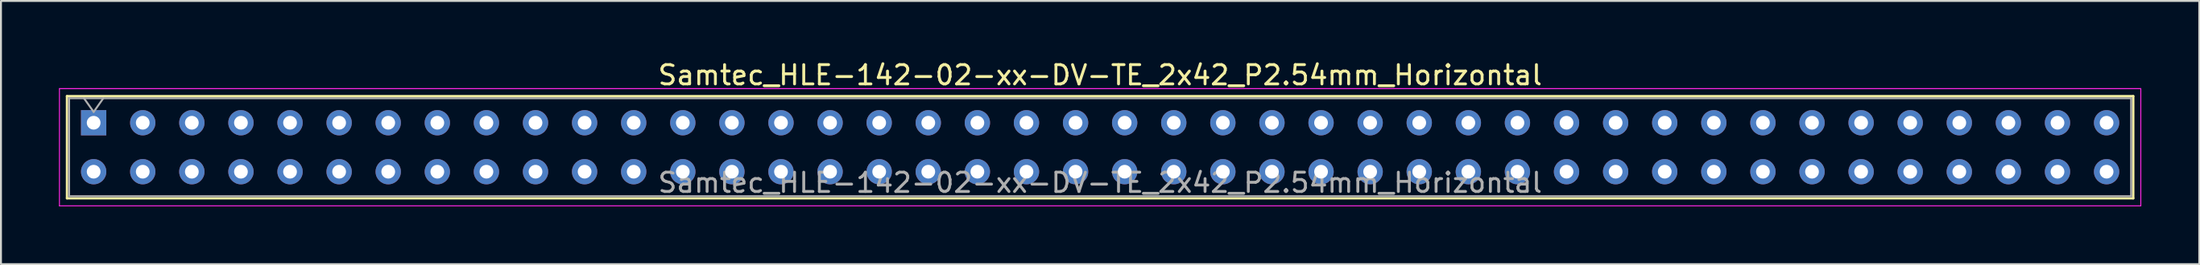
<source format=kicad_pcb>
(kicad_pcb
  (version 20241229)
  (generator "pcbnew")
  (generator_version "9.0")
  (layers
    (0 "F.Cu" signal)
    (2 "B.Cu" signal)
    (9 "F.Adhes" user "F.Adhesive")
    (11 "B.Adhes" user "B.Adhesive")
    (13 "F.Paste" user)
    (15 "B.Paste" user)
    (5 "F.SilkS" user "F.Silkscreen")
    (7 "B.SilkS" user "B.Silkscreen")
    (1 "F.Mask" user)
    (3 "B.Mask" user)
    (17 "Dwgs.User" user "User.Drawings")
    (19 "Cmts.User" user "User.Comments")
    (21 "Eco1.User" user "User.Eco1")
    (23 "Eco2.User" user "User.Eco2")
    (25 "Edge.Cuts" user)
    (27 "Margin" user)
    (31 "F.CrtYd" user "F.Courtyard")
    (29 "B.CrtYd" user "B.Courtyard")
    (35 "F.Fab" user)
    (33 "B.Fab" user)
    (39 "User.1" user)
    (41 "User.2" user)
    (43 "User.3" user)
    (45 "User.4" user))
  (footprint "Samtec_HLE-142-02-xx-DV-TE_2x42_P2.54mm_Horizontal"
    (layer "F.Cu")
    (at 1.795 3.318)
    (property "Reference" "Samtec_HLE-142-02-xx-DV-TE_2x42_P2.54mm_Horizontal" (at 52.07 -2.47 0) (layer "F.SilkS") (effects (font (size 1 1) (thickness 0.15))))
    (attr through_hole)
    (fp_line (start -1.38 -1.38) (end 105.52 -1.38) (stroke (width 0.12) (type solid)) (layer "F.SilkS"))
    (fp_line (start -1.38 3.92) (end -1.38 -1.38) (stroke (width 0.12) (type solid)) (layer "F.SilkS"))
    (fp_line (start 105.52 -1.38) (end 105.52 3.92) (stroke (width 0.12) (type solid)) (layer "F.SilkS"))
    (fp_line (start 105.52 3.92) (end -1.38 3.92) (stroke (width 0.12) (type solid)) (layer "F.SilkS"))
    (fp_line (start -1.77 -1.77) (end 105.91 -1.77) (stroke (width 0.05) (type solid)) (layer "F.CrtYd"))
    (fp_line (start -1.77 4.31) (end -1.77 -1.77) (stroke (width 0.05) (type solid)) (layer "F.CrtYd"))
    (fp_line (start 105.91 -1.77) (end 105.91 4.31) (stroke (width 0.05) (type solid)) (layer "F.CrtYd"))
    (fp_line (start 105.91 4.31) (end -1.77 4.31) (stroke (width 0.05) (type solid)) (layer "F.CrtYd"))
    (fp_line (start -1.27 -1.27) (end 105.41 -1.27) (stroke (width 0.1) (type solid)) (layer "F.Fab"))
    (fp_line (start -1.27 3.81) (end -1.27 -1.27) (stroke (width 0.1) (type solid)) (layer "F.Fab"))
    (fp_line (start -0.5 -1.27) (end 0 -0.563) (stroke (width 0.1) (type solid)) (layer "F.Fab"))
    (fp_line (start 0 -0.563) (end 0.5 -1.27) (stroke (width 0.1) (type solid)) (layer "F.Fab"))
    (fp_line (start 105.41 -1.27) (end 105.41 3.81) (stroke (width 0.1) (type solid)) (layer "F.Fab"))
    (fp_line (start 105.41 3.81) (end -1.27 3.81) (stroke (width 0.1) (type solid)) (layer "F.Fab"))
    (fp_text user "${REFERENCE}" (at 52.07 3.11 0) (layer "F.Fab") (effects (font (size 1 1) (thickness 0.15))))
    (pad "1" thru_hole rect (at 0 0) (size 1.31 1.31) (drill 0.71) (layers "*.Cu" "*.Mask"))
    (pad "2" thru_hole circle (at 0 2.54) (size 1.31 1.31) (drill 0.71) (layers "*.Cu" "*.Mask"))
    (pad "3" thru_hole circle (at 2.54 0) (size 1.31 1.31) (drill 0.71) (layers "*.Cu" "*.Mask"))
    (pad "4" thru_hole circle (at 2.54 2.54) (size 1.31 1.31) (drill 0.71) (layers "*.Cu" "*.Mask"))
    (pad "5" thru_hole circle (at 5.08 0) (size 1.31 1.31) (drill 0.71) (layers "*.Cu" "*.Mask"))
    (pad "6" thru_hole circle (at 5.08 2.54) (size 1.31 1.31) (drill 0.71) (layers "*.Cu" "*.Mask"))
    (pad "7" thru_hole circle (at 7.62 0) (size 1.31 1.31) (drill 0.71) (layers "*.Cu" "*.Mask"))
    (pad "8" thru_hole circle (at 7.62 2.54) (size 1.31 1.31) (drill 0.71) (layers "*.Cu" "*.Mask"))
    (pad "9" thru_hole circle (at 10.16 0) (size 1.31 1.31) (drill 0.71) (layers "*.Cu" "*.Mask"))
    (pad "10" thru_hole circle (at 10.16 2.54) (size 1.31 1.31) (drill 0.71) (layers "*.Cu" "*.Mask"))
    (pad "11" thru_hole circle (at 12.7 0) (size 1.31 1.31) (drill 0.71) (layers "*.Cu" "*.Mask"))
    (pad "12" thru_hole circle (at 12.7 2.54) (size 1.31 1.31) (drill 0.71) (layers "*.Cu" "*.Mask"))
    (pad "13" thru_hole circle (at 15.24 0) (size 1.31 1.31) (drill 0.71) (layers "*.Cu" "*.Mask"))
    (pad "14" thru_hole circle (at 15.24 2.54) (size 1.31 1.31) (drill 0.71) (layers "*.Cu" "*.Mask"))
    (pad "15" thru_hole circle (at 17.78 0) (size 1.31 1.31) (drill 0.71) (layers "*.Cu" "*.Mask"))
    (pad "16" thru_hole circle (at 17.78 2.54) (size 1.31 1.31) (drill 0.71) (layers "*.Cu" "*.Mask"))
    (pad "17" thru_hole circle (at 20.32 0) (size 1.31 1.31) (drill 0.71) (layers "*.Cu" "*.Mask"))
    (pad "18" thru_hole circle (at 20.32 2.54) (size 1.31 1.31) (drill 0.71) (layers "*.Cu" "*.Mask"))
    (pad "19" thru_hole circle (at 22.86 0) (size 1.31 1.31) (drill 0.71) (layers "*.Cu" "*.Mask"))
    (pad "20" thru_hole circle (at 22.86 2.54) (size 1.31 1.31) (drill 0.71) (layers "*.Cu" "*.Mask"))
    (pad "21" thru_hole circle (at 25.4 0) (size 1.31 1.31) (drill 0.71) (layers "*.Cu" "*.Mask"))
    (pad "22" thru_hole circle (at 25.4 2.54) (size 1.31 1.31) (drill 0.71) (layers "*.Cu" "*.Mask"))
    (pad "23" thru_hole circle (at 27.94 0) (size 1.31 1.31) (drill 0.71) (layers "*.Cu" "*.Mask"))
    (pad "24" thru_hole circle (at 27.94 2.54) (size 1.31 1.31) (drill 0.71) (layers "*.Cu" "*.Mask"))
    (pad "25" thru_hole circle (at 30.48 0) (size 1.31 1.31) (drill 0.71) (layers "*.Cu" "*.Mask"))
    (pad "26" thru_hole circle (at 30.48 2.54) (size 1.31 1.31) (drill 0.71) (layers "*.Cu" "*.Mask"))
    (pad "27" thru_hole circle (at 33.02 0) (size 1.31 1.31) (drill 0.71) (layers "*.Cu" "*.Mask"))
    (pad "28" thru_hole circle (at 33.02 2.54) (size 1.31 1.31) (drill 0.71) (layers "*.Cu" "*.Mask"))
    (pad "29" thru_hole circle (at 35.56 0) (size 1.31 1.31) (drill 0.71) (layers "*.Cu" "*.Mask"))
    (pad "30" thru_hole circle (at 35.56 2.54) (size 1.31 1.31) (drill 0.71) (layers "*.Cu" "*.Mask"))
    (pad "31" thru_hole circle (at 38.1 0) (size 1.31 1.31) (drill 0.71) (layers "*.Cu" "*.Mask"))
    (pad "32" thru_hole circle (at 38.1 2.54) (size 1.31 1.31) (drill 0.71) (layers "*.Cu" "*.Mask"))
    (pad "33" thru_hole circle (at 40.64 0) (size 1.31 1.31) (drill 0.71) (layers "*.Cu" "*.Mask"))
    (pad "34" thru_hole circle (at 40.64 2.54) (size 1.31 1.31) (drill 0.71) (layers "*.Cu" "*.Mask"))
    (pad "35" thru_hole circle (at 43.18 0) (size 1.31 1.31) (drill 0.71) (layers "*.Cu" "*.Mask"))
    (pad "36" thru_hole circle (at 43.18 2.54) (size 1.31 1.31) (drill 0.71) (layers "*.Cu" "*.Mask"))
    (pad "37" thru_hole circle (at 45.72 0) (size 1.31 1.31) (drill 0.71) (layers "*.Cu" "*.Mask"))
    (pad "38" thru_hole circle (at 45.72 2.54) (size 1.31 1.31) (drill 0.71) (layers "*.Cu" "*.Mask"))
    (pad "39" thru_hole circle (at 48.26 0) (size 1.31 1.31) (drill 0.71) (layers "*.Cu" "*.Mask"))
    (pad "40" thru_hole circle (at 48.26 2.54) (size 1.31 1.31) (drill 0.71) (layers "*.Cu" "*.Mask"))
    (pad "41" thru_hole circle (at 50.8 0) (size 1.31 1.31) (drill 0.71) (layers "*.Cu" "*.Mask"))
    (pad "42" thru_hole circle (at 50.8 2.54) (size 1.31 1.31) (drill 0.71) (layers "*.Cu" "*.Mask"))
    (pad "43" thru_hole circle (at 53.34 0) (size 1.31 1.31) (drill 0.71) (layers "*.Cu" "*.Mask"))
    (pad "44" thru_hole circle (at 53.34 2.54) (size 1.31 1.31) (drill 0.71) (layers "*.Cu" "*.Mask"))
    (pad "45" thru_hole circle (at 55.88 0) (size 1.31 1.31) (drill 0.71) (layers "*.Cu" "*.Mask"))
    (pad "46" thru_hole circle (at 55.88 2.54) (size 1.31 1.31) (drill 0.71) (layers "*.Cu" "*.Mask"))
    (pad "47" thru_hole circle (at 58.42 0) (size 1.31 1.31) (drill 0.71) (layers "*.Cu" "*.Mask"))
    (pad "48" thru_hole circle (at 58.42 2.54) (size 1.31 1.31) (drill 0.71) (layers "*.Cu" "*.Mask"))
    (pad "49" thru_hole circle (at 60.96 0) (size 1.31 1.31) (drill 0.71) (layers "*.Cu" "*.Mask"))
    (pad "50" thru_hole circle (at 60.96 2.54) (size 1.31 1.31) (drill 0.71) (layers "*.Cu" "*.Mask"))
    (pad "51" thru_hole circle (at 63.5 0) (size 1.31 1.31) (drill 0.71) (layers "*.Cu" "*.Mask"))
    (pad "52" thru_hole circle (at 63.5 2.54) (size 1.31 1.31) (drill 0.71) (layers "*.Cu" "*.Mask"))
    (pad "53" thru_hole circle (at 66.04 0) (size 1.31 1.31) (drill 0.71) (layers "*.Cu" "*.Mask"))
    (pad "54" thru_hole circle (at 66.04 2.54) (size 1.31 1.31) (drill 0.71) (layers "*.Cu" "*.Mask"))
    (pad "55" thru_hole circle (at 68.58 0) (size 1.31 1.31) (drill 0.71) (layers "*.Cu" "*.Mask"))
    (pad "56" thru_hole circle (at 68.58 2.54) (size 1.31 1.31) (drill 0.71) (layers "*.Cu" "*.Mask"))
    (pad "57" thru_hole circle (at 71.12 0) (size 1.31 1.31) (drill 0.71) (layers "*.Cu" "*.Mask"))
    (pad "58" thru_hole circle (at 71.12 2.54) (size 1.31 1.31) (drill 0.71) (layers "*.Cu" "*.Mask"))
    (pad "59" thru_hole circle (at 73.66 0) (size 1.31 1.31) (drill 0.71) (layers "*.Cu" "*.Mask"))
    (pad "60" thru_hole circle (at 73.66 2.54) (size 1.31 1.31) (drill 0.71) (layers "*.Cu" "*.Mask"))
    (pad "61" thru_hole circle (at 76.2 0) (size 1.31 1.31) (drill 0.71) (layers "*.Cu" "*.Mask"))
    (pad "62" thru_hole circle (at 76.2 2.54) (size 1.31 1.31) (drill 0.71) (layers "*.Cu" "*.Mask"))
    (pad "63" thru_hole circle (at 78.74 0) (size 1.31 1.31) (drill 0.71) (layers "*.Cu" "*.Mask"))
    (pad "64" thru_hole circle (at 78.74 2.54) (size 1.31 1.31) (drill 0.71) (layers "*.Cu" "*.Mask"))
    (pad "65" thru_hole circle (at 81.28 0) (size 1.31 1.31) (drill 0.71) (layers "*.Cu" "*.Mask"))
    (pad "66" thru_hole circle (at 81.28 2.54) (size 1.31 1.31) (drill 0.71) (layers "*.Cu" "*.Mask"))
    (pad "67" thru_hole circle (at 83.82 0) (size 1.31 1.31) (drill 0.71) (layers "*.Cu" "*.Mask"))
    (pad "68" thru_hole circle (at 83.82 2.54) (size 1.31 1.31) (drill 0.71) (layers "*.Cu" "*.Mask"))
    (pad "69" thru_hole circle (at 86.36 0) (size 1.31 1.31) (drill 0.71) (layers "*.Cu" "*.Mask"))
    (pad "70" thru_hole circle (at 86.36 2.54) (size 1.31 1.31) (drill 0.71) (layers "*.Cu" "*.Mask"))
    (pad "71" thru_hole circle (at 88.9 0) (size 1.31 1.31) (drill 0.71) (layers "*.Cu" "*.Mask"))
    (pad "72" thru_hole circle (at 88.9 2.54) (size 1.31 1.31) (drill 0.71) (layers "*.Cu" "*.Mask"))
    (pad "73" thru_hole circle (at 91.44 0) (size 1.31 1.31) (drill 0.71) (layers "*.Cu" "*.Mask"))
    (pad "74" thru_hole circle (at 91.44 2.54) (size 1.31 1.31) (drill 0.71) (layers "*.Cu" "*.Mask"))
    (pad "75" thru_hole circle (at 93.98 0) (size 1.31 1.31) (drill 0.71) (layers "*.Cu" "*.Mask"))
    (pad "76" thru_hole circle (at 93.98 2.54) (size 1.31 1.31) (drill 0.71) (layers "*.Cu" "*.Mask"))
    (pad "77" thru_hole circle (at 96.52 0) (size 1.31 1.31) (drill 0.71) (layers "*.Cu" "*.Mask"))
    (pad "78" thru_hole circle (at 96.52 2.54) (size 1.31 1.31) (drill 0.71) (layers "*.Cu" "*.Mask"))
    (pad "79" thru_hole circle (at 99.06 0) (size 1.31 1.31) (drill 0.71) (layers "*.Cu" "*.Mask"))
    (pad "80" thru_hole circle (at 99.06 2.54) (size 1.31 1.31) (drill 0.71) (layers "*.Cu" "*.Mask"))
    (pad "81" thru_hole circle (at 101.6 0) (size 1.31 1.31) (drill 0.71) (layers "*.Cu" "*.Mask"))
    (pad "82" thru_hole circle (at 101.6 2.54) (size 1.31 1.31) (drill 0.71) (layers "*.Cu" "*.Mask"))
    (pad "83" thru_hole circle (at 104.14 0) (size 1.31 1.31) (drill 0.71) (layers "*.Cu" "*.Mask"))
    (pad "84" thru_hole circle (at 104.14 2.54) (size 1.31 1.31) (drill 0.71) (layers "*.Cu" "*.Mask")))
  (gr_rect
    (start -3 -3)
    (end 110.73 10.653)
    (stroke (width 0.1) (type default))
    (fill no)
    (layer "Edge.Cuts")))
</source>
